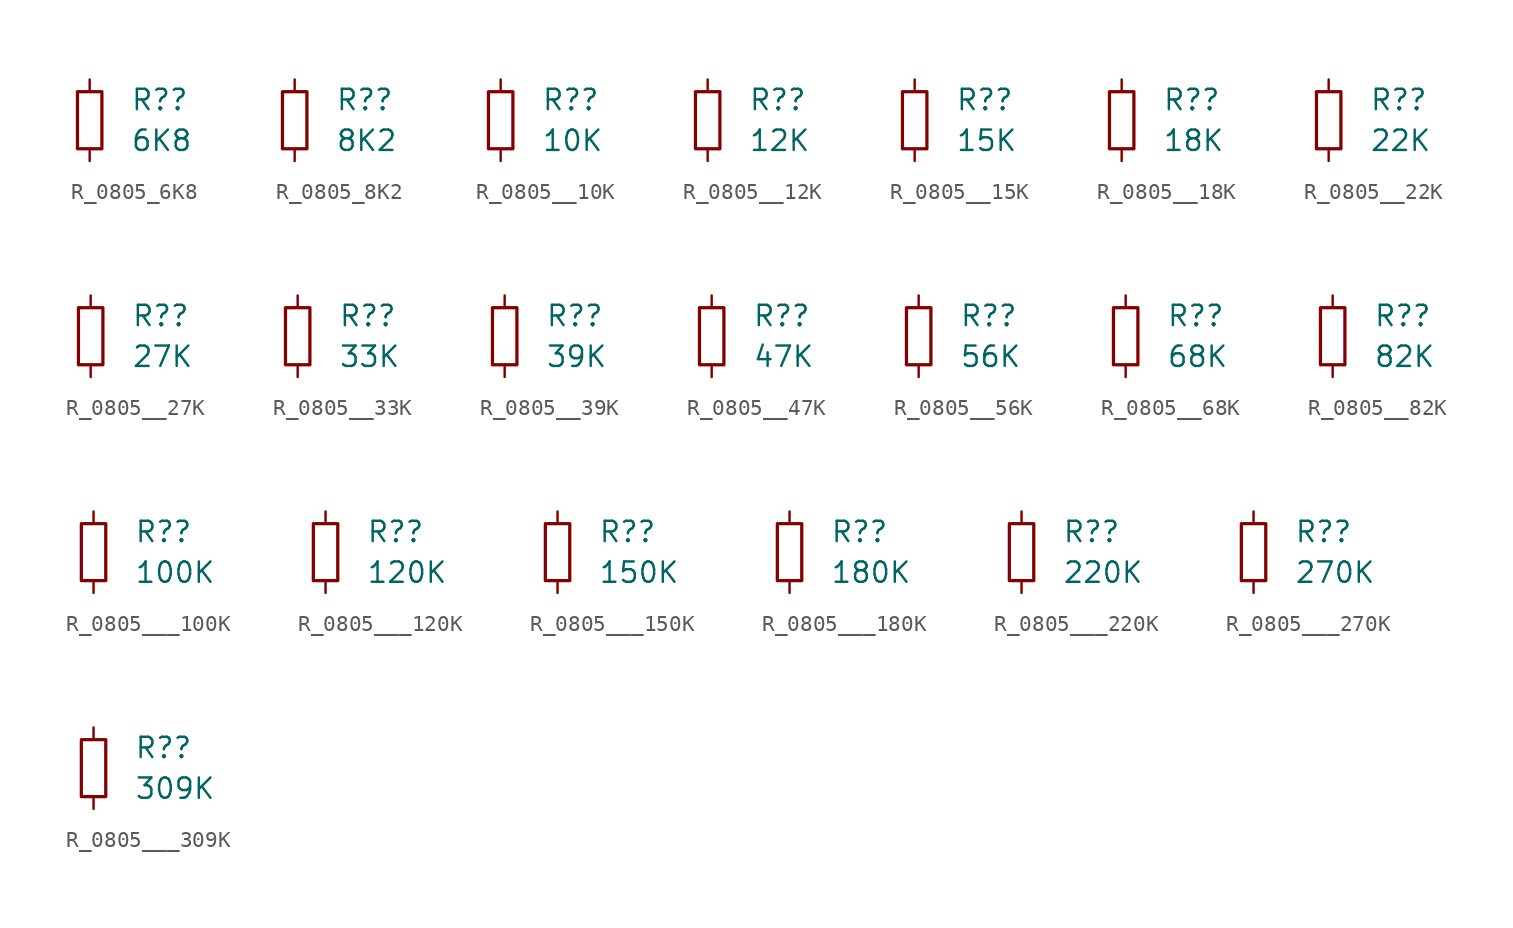
<source format=kicad_sym>
(kicad_symbol_lib
  (version 20231120)
  (generator "kicad_symbol_editor")
  (generator_version "8.0")
  (symbol "R_0805_6K8"
    (pin_numbers hide)
    (pin_names
      (offset 0.254) hide)
    (property "Reference" "R?"
      (at 2.54 1.27 0)
      (effects (font (size 1.27 1.27)) (justify left)))
    (property "Value" "6K8"
      (at 2.54 -1.27 0)
      (effects (font (size 1.27 1.27)) (justify left)))
    (symbol "R_0805_6K8_0_1"
      (rectangle (start -0.762 1.778) (end 0.762 -1.778) (stroke (width 0.203) (type default)) (fill (type none))))
    (symbol "R_0805_6K8_1_1"
      (pin passive line (at 0 2.54 270) (length 0.762) (name "~" (effects (font (size 1.27 1.27)))) (number "1" (effects (font (size 1.27 1.27)))))
      (pin passive line (at 0 -2.54 90) (length 0.762) (name "~" (effects (font (size 1.27 1.27)))) (number "2" (effects (font (size 1.27 1.27)))))))
  (symbol "R_0805_8K2"
    (pin_numbers hide)
    (pin_names
      (offset 0.254) hide)
    (property "Reference" "R?"
      (at 2.54 1.27 0)
      (effects (font (size 1.27 1.27)) (justify left)))
    (property "Value" "8K2"
      (at 2.54 -1.27 0)
      (effects (font (size 1.27 1.27)) (justify left)))
    (symbol "R_0805_8K2_0_1"
      (rectangle (start -0.762 1.778) (end 0.762 -1.778) (stroke (width 0.203) (type default)) (fill (type none))))
    (symbol "R_0805_8K2_1_1"
      (pin passive line (at 0 2.54 270) (length 0.762) (name "~" (effects (font (size 1.27 1.27)))) (number "1" (effects (font (size 1.27 1.27)))))
      (pin passive line (at 0 -2.54 90) (length 0.762) (name "~" (effects (font (size 1.27 1.27)))) (number "2" (effects (font (size 1.27 1.27)))))))
  (symbol "R_0805__10K"
    (pin_numbers hide)
    (pin_names
      (offset 0.254) hide)
    (property "Reference" "R?"
      (at 2.54 1.27 0)
      (effects (font (size 1.27 1.27)) (justify left)))
    (property "Value" "10K"
      (at 2.54 -1.27 0)
      (effects (font (size 1.27 1.27)) (justify left)))
    (symbol "R_0805__10K_0_1"
      (rectangle (start -0.762 1.778) (end 0.762 -1.778) (stroke (width 0.203) (type default)) (fill (type none))))
    (symbol "R_0805__10K_1_1"
      (pin passive line (at 0 2.54 270) (length 0.762) (name "~" (effects (font (size 1.27 1.27)))) (number "1" (effects (font (size 1.27 1.27)))))
      (pin passive line (at 0 -2.54 90) (length 0.762) (name "~" (effects (font (size 1.27 1.27)))) (number "2" (effects (font (size 1.27 1.27)))))))
  (symbol "R_0805__12K"
    (pin_numbers hide)
    (pin_names
      (offset 0.254) hide)
    (property "Reference" "R?"
      (at 2.54 1.27 0)
      (effects (font (size 1.27 1.27)) (justify left)))
    (property "Value" "12K"
      (at 2.54 -1.27 0)
      (effects (font (size 1.27 1.27)) (justify left)))
    (symbol "R_0805__12K_0_1"
      (rectangle (start -0.762 1.778) (end 0.762 -1.778) (stroke (width 0.203) (type default)) (fill (type none))))
    (symbol "R_0805__12K_1_1"
      (pin passive line (at 0 2.54 270) (length 0.762) (name "~" (effects (font (size 1.27 1.27)))) (number "1" (effects (font (size 1.27 1.27)))))
      (pin passive line (at 0 -2.54 90) (length 0.762) (name "~" (effects (font (size 1.27 1.27)))) (number "2" (effects (font (size 1.27 1.27)))))))
  (symbol "R_0805__15K"
    (pin_numbers hide)
    (pin_names
      (offset 0.254) hide)
    (property "Reference" "R?"
      (at 2.54 1.27 0)
      (effects (font (size 1.27 1.27)) (justify left)))
    (property "Value" "15K"
      (at 2.54 -1.27 0)
      (effects (font (size 1.27 1.27)) (justify left)))
    (symbol "R_0805__15K_0_1"
      (rectangle (start -0.762 1.778) (end 0.762 -1.778) (stroke (width 0.203) (type default)) (fill (type none))))
    (symbol "R_0805__15K_1_1"
      (pin passive line (at 0 2.54 270) (length 0.762) (name "~" (effects (font (size 1.27 1.27)))) (number "1" (effects (font (size 1.27 1.27)))))
      (pin passive line (at 0 -2.54 90) (length 0.762) (name "~" (effects (font (size 1.27 1.27)))) (number "2" (effects (font (size 1.27 1.27)))))))
  (symbol "R_0805__18K"
    (pin_numbers hide)
    (pin_names
      (offset 0.254) hide)
    (property "Reference" "R?"
      (at 2.54 1.27 0)
      (effects (font (size 1.27 1.27)) (justify left)))
    (property "Value" "18K"
      (at 2.54 -1.27 0)
      (effects (font (size 1.27 1.27)) (justify left)))
    (symbol "R_0805__18K_0_1"
      (rectangle (start -0.762 1.778) (end 0.762 -1.778) (stroke (width 0.203) (type default)) (fill (type none))))
    (symbol "R_0805__18K_1_1"
      (pin passive line (at 0 2.54 270) (length 0.762) (name "~" (effects (font (size 1.27 1.27)))) (number "1" (effects (font (size 1.27 1.27)))))
      (pin passive line (at 0 -2.54 90) (length 0.762) (name "~" (effects (font (size 1.27 1.27)))) (number "2" (effects (font (size 1.27 1.27)))))))
  (symbol "R_0805__22K"
    (pin_numbers hide)
    (pin_names
      (offset 0.254) hide)
    (property "Reference" "R?"
      (at 2.54 1.27 0)
      (effects (font (size 1.27 1.27)) (justify left)))
    (property "Value" "22K"
      (at 2.54 -1.27 0)
      (effects (font (size 1.27 1.27)) (justify left)))
    (symbol "R_0805__22K_0_1"
      (rectangle (start -0.762 1.778) (end 0.762 -1.778) (stroke (width 0.203) (type default)) (fill (type none))))
    (symbol "R_0805__22K_1_1"
      (pin passive line (at 0 2.54 270) (length 0.762) (name "~" (effects (font (size 1.27 1.27)))) (number "1" (effects (font (size 1.27 1.27)))))
      (pin passive line (at 0 -2.54 90) (length 0.762) (name "~" (effects (font (size 1.27 1.27)))) (number "2" (effects (font (size 1.27 1.27)))))))
  (symbol "R_0805__27K"
    (pin_numbers hide)
    (pin_names
      (offset 0.254) hide)
    (property "Reference" "R?"
      (at 2.54 1.27 0)
      (effects (font (size 1.27 1.27)) (justify left)))
    (property "Value" "27K"
      (at 2.54 -1.27 0)
      (effects (font (size 1.27 1.27)) (justify left)))
    (symbol "R_0805__27K_0_1"
      (rectangle (start -0.762 1.778) (end 0.762 -1.778) (stroke (width 0.203) (type default)) (fill (type none))))
    (symbol "R_0805__27K_1_1"
      (pin passive line (at 0 2.54 270) (length 0.762) (name "~" (effects (font (size 1.27 1.27)))) (number "1" (effects (font (size 1.27 1.27)))))
      (pin passive line (at 0 -2.54 90) (length 0.762) (name "~" (effects (font (size 1.27 1.27)))) (number "2" (effects (font (size 1.27 1.27)))))))
  (symbol "R_0805__33K"
    (pin_numbers hide)
    (pin_names
      (offset 0.254) hide)
    (property "Reference" "R?"
      (at 2.54 1.27 0)
      (effects (font (size 1.27 1.27)) (justify left)))
    (property "Value" "33K"
      (at 2.54 -1.27 0)
      (effects (font (size 1.27 1.27)) (justify left)))
    (symbol "R_0805__33K_0_1"
      (rectangle (start -0.762 1.778) (end 0.762 -1.778) (stroke (width 0.203) (type default)) (fill (type none))))
    (symbol "R_0805__33K_1_1"
      (pin passive line (at 0 2.54 270) (length 0.762) (name "~" (effects (font (size 1.27 1.27)))) (number "1" (effects (font (size 1.27 1.27)))))
      (pin passive line (at 0 -2.54 90) (length 0.762) (name "~" (effects (font (size 1.27 1.27)))) (number "2" (effects (font (size 1.27 1.27)))))))
  (symbol "R_0805__39K"
    (pin_numbers hide)
    (pin_names
      (offset 0.254) hide)
    (property "Reference" "R?"
      (at 2.54 1.27 0)
      (effects (font (size 1.27 1.27)) (justify left)))
    (property "Value" "39K"
      (at 2.54 -1.27 0)
      (effects (font (size 1.27 1.27)) (justify left)))
    (symbol "R_0805__39K_0_1"
      (rectangle (start -0.762 1.778) (end 0.762 -1.778) (stroke (width 0.203) (type default)) (fill (type none))))
    (symbol "R_0805__39K_1_1"
      (pin passive line (at 0 2.54 270) (length 0.762) (name "~" (effects (font (size 1.27 1.27)))) (number "1" (effects (font (size 1.27 1.27)))))
      (pin passive line (at 0 -2.54 90) (length 0.762) (name "~" (effects (font (size 1.27 1.27)))) (number "2" (effects (font (size 1.27 1.27)))))))
  (symbol "R_0805__47K"
    (pin_numbers hide)
    (pin_names
      (offset 0.254) hide)
    (property "Reference" "R?"
      (at 2.54 1.27 0)
      (effects (font (size 1.27 1.27)) (justify left)))
    (property "Value" "47K"
      (at 2.54 -1.27 0)
      (effects (font (size 1.27 1.27)) (justify left)))
    (symbol "R_0805__47K_0_1"
      (rectangle (start -0.762 1.778) (end 0.762 -1.778) (stroke (width 0.203) (type default)) (fill (type none))))
    (symbol "R_0805__47K_1_1"
      (pin passive line (at 0 2.54 270) (length 0.762) (name "~" (effects (font (size 1.27 1.27)))) (number "1" (effects (font (size 1.27 1.27)))))
      (pin passive line (at 0 -2.54 90) (length 0.762) (name "~" (effects (font (size 1.27 1.27)))) (number "2" (effects (font (size 1.27 1.27)))))))
  (symbol "R_0805__56K"
    (pin_numbers hide)
    (pin_names
      (offset 0.254) hide)
    (property "Reference" "R?"
      (at 2.54 1.27 0)
      (effects (font (size 1.27 1.27)) (justify left)))
    (property "Value" "56K"
      (at 2.54 -1.27 0)
      (effects (font (size 1.27 1.27)) (justify left)))
    (symbol "R_0805__56K_0_1"
      (rectangle (start -0.762 1.778) (end 0.762 -1.778) (stroke (width 0.203) (type default)) (fill (type none))))
    (symbol "R_0805__56K_1_1"
      (pin passive line (at 0 2.54 270) (length 0.762) (name "~" (effects (font (size 1.27 1.27)))) (number "1" (effects (font (size 1.27 1.27)))))
      (pin passive line (at 0 -2.54 90) (length 0.762) (name "~" (effects (font (size 1.27 1.27)))) (number "2" (effects (font (size 1.27 1.27)))))))
  (symbol "R_0805__68K"
    (pin_numbers hide)
    (pin_names
      (offset 0.254) hide)
    (property "Reference" "R?"
      (at 2.54 1.27 0)
      (effects (font (size 1.27 1.27)) (justify left)))
    (property "Value" "68K"
      (at 2.54 -1.27 0)
      (effects (font (size 1.27 1.27)) (justify left)))
    (symbol "R_0805__68K_0_1"
      (rectangle (start -0.762 1.778) (end 0.762 -1.778) (stroke (width 0.203) (type default)) (fill (type none))))
    (symbol "R_0805__68K_1_1"
      (pin passive line (at 0 2.54 270) (length 0.762) (name "~" (effects (font (size 1.27 1.27)))) (number "1" (effects (font (size 1.27 1.27)))))
      (pin passive line (at 0 -2.54 90) (length 0.762) (name "~" (effects (font (size 1.27 1.27)))) (number "2" (effects (font (size 1.27 1.27)))))))
  (symbol "R_0805__82K"
    (pin_numbers hide)
    (pin_names
      (offset 0.254) hide)
    (property "Reference" "R?"
      (at 2.54 1.27 0)
      (effects (font (size 1.27 1.27)) (justify left)))
    (property "Value" "82K"
      (at 2.54 -1.27 0)
      (effects (font (size 1.27 1.27)) (justify left)))
    (symbol "R_0805__82K_0_1"
      (rectangle (start -0.762 1.778) (end 0.762 -1.778) (stroke (width 0.203) (type default)) (fill (type none))))
    (symbol "R_0805__82K_1_1"
      (pin passive line (at 0 2.54 270) (length 0.762) (name "~" (effects (font (size 1.27 1.27)))) (number "1" (effects (font (size 1.27 1.27)))))
      (pin passive line (at 0 -2.54 90) (length 0.762) (name "~" (effects (font (size 1.27 1.27)))) (number "2" (effects (font (size 1.27 1.27)))))))
  (symbol "R_0805___100K"
    (pin_numbers hide)
    (pin_names
      (offset 0.254) hide)
    (property "Reference" "R?"
      (at 2.54 1.27 0)
      (effects (font (size 1.27 1.27)) (justify left)))
    (property "Value" "100K"
      (at 2.54 -1.27 0)
      (effects (font (size 1.27 1.27)) (justify left)))
    (symbol "R_0805___100K_0_1"
      (rectangle (start -0.762 1.778) (end 0.762 -1.778) (stroke (width 0.203) (type default)) (fill (type none))))
    (symbol "R_0805___100K_1_1"
      (pin passive line (at 0 2.54 270) (length 0.762) (name "~" (effects (font (size 1.27 1.27)))) (number "1" (effects (font (size 1.27 1.27)))))
      (pin passive line (at 0 -2.54 90) (length 0.762) (name "~" (effects (font (size 1.27 1.27)))) (number "2" (effects (font (size 1.27 1.27)))))))
  (symbol "R_0805___120K"
    (pin_numbers hide)
    (pin_names
      (offset 0.254) hide)
    (property "Reference" "R?"
      (at 2.54 1.27 0)
      (effects (font (size 1.27 1.27)) (justify left)))
    (property "Value" "120K"
      (at 2.54 -1.27 0)
      (effects (font (size 1.27 1.27)) (justify left)))
    (symbol "R_0805___120K_0_1"
      (rectangle (start -0.762 1.778) (end 0.762 -1.778) (stroke (width 0.203) (type default)) (fill (type none))))
    (symbol "R_0805___120K_1_1"
      (pin passive line (at 0 2.54 270) (length 0.762) (name "~" (effects (font (size 1.27 1.27)))) (number "1" (effects (font (size 1.27 1.27)))))
      (pin passive line (at 0 -2.54 90) (length 0.762) (name "~" (effects (font (size 1.27 1.27)))) (number "2" (effects (font (size 1.27 1.27)))))))
  (symbol "R_0805___150K"
    (pin_numbers hide)
    (pin_names
      (offset 0.254) hide)
    (property "Reference" "R?"
      (at 2.54 1.27 0)
      (effects (font (size 1.27 1.27)) (justify left)))
    (property "Value" "150K"
      (at 2.54 -1.27 0)
      (effects (font (size 1.27 1.27)) (justify left)))
    (symbol "R_0805___150K_0_1"
      (rectangle (start -0.762 1.778) (end 0.762 -1.778) (stroke (width 0.203) (type default)) (fill (type none))))
    (symbol "R_0805___150K_1_1"
      (pin passive line (at 0 2.54 270) (length 0.762) (name "~" (effects (font (size 1.27 1.27)))) (number "1" (effects (font (size 1.27 1.27)))))
      (pin passive line (at 0 -2.54 90) (length 0.762) (name "~" (effects (font (size 1.27 1.27)))) (number "2" (effects (font (size 1.27 1.27)))))))
  (symbol "R_0805___180K"
    (pin_numbers hide)
    (pin_names
      (offset 0.254) hide)
    (property "Reference" "R?"
      (at 2.54 1.27 0)
      (effects (font (size 1.27 1.27)) (justify left)))
    (property "Value" "180K"
      (at 2.54 -1.27 0)
      (effects (font (size 1.27 1.27)) (justify left)))
    (symbol "R_0805___180K_0_1"
      (rectangle (start -0.762 1.778) (end 0.762 -1.778) (stroke (width 0.203) (type default)) (fill (type none))))
    (symbol "R_0805___180K_1_1"
      (pin passive line (at 0 2.54 270) (length 0.762) (name "~" (effects (font (size 1.27 1.27)))) (number "1" (effects (font (size 1.27 1.27)))))
      (pin passive line (at 0 -2.54 90) (length 0.762) (name "~" (effects (font (size 1.27 1.27)))) (number "2" (effects (font (size 1.27 1.27)))))))
  (symbol "R_0805___220K"
    (pin_numbers hide)
    (pin_names
      (offset 0.254) hide)
    (property "Reference" "R?"
      (at 2.54 1.27 0)
      (effects (font (size 1.27 1.27)) (justify left)))
    (property "Value" "220K"
      (at 2.54 -1.27 0)
      (effects (font (size 1.27 1.27)) (justify left)))
    (symbol "R_0805___220K_0_1"
      (rectangle (start -0.762 1.778) (end 0.762 -1.778) (stroke (width 0.203) (type default)) (fill (type none))))
    (symbol "R_0805___220K_1_1"
      (pin passive line (at 0 2.54 270) (length 0.762) (name "~" (effects (font (size 1.27 1.27)))) (number "1" (effects (font (size 1.27 1.27)))))
      (pin passive line (at 0 -2.54 90) (length 0.762) (name "~" (effects (font (size 1.27 1.27)))) (number "2" (effects (font (size 1.27 1.27)))))))
  (symbol "R_0805___270K"
    (pin_numbers hide)
    (pin_names
      (offset 0.254) hide)
    (property "Reference" "R?"
      (at 2.54 1.27 0)
      (effects (font (size 1.27 1.27)) (justify left)))
    (property "Value" "270K"
      (at 2.54 -1.27 0)
      (effects (font (size 1.27 1.27)) (justify left)))
    (symbol "R_0805___270K_0_1"
      (rectangle (start -0.762 1.778) (end 0.762 -1.778) (stroke (width 0.203) (type default)) (fill (type none))))
    (symbol "R_0805___270K_1_1"
      (pin passive line (at 0 2.54 270) (length 0.762) (name "~" (effects (font (size 1.27 1.27)))) (number "1" (effects (font (size 1.27 1.27)))))
      (pin passive line (at 0 -2.54 90) (length 0.762) (name "~" (effects (font (size 1.27 1.27)))) (number "2" (effects (font (size 1.27 1.27)))))))
  (symbol "R_0805___309K"
    (pin_numbers hide)
    (pin_names
      (offset 0.254) hide)
    (property "Reference" "R?"
      (at 2.54 1.27 0)
      (effects (font (size 1.27 1.27)) (justify left)))
    (property "Value" "309K"
      (at 2.54 -1.27 0)
      (effects (font (size 1.27 1.27)) (justify left)))
    (symbol "R_0805___309K_0_1"
      (rectangle (start -0.762 1.778) (end 0.762 -1.778) (stroke (width 0.203) (type default)) (fill (type none))))
    (symbol "R_0805___309K_1_1"
      (pin passive line (at 0 2.54 270) (length 0.762) (name "~" (effects (font (size 1.27 1.27)))) (number "1" (effects (font (size 1.27 1.27)))))
      (pin passive line (at 0 -2.54 90) (length 0.762) (name "~" (effects (font (size 1.27 1.27)))) (number "2" (effects (font (size 1.27 1.27))))))))
</source>
